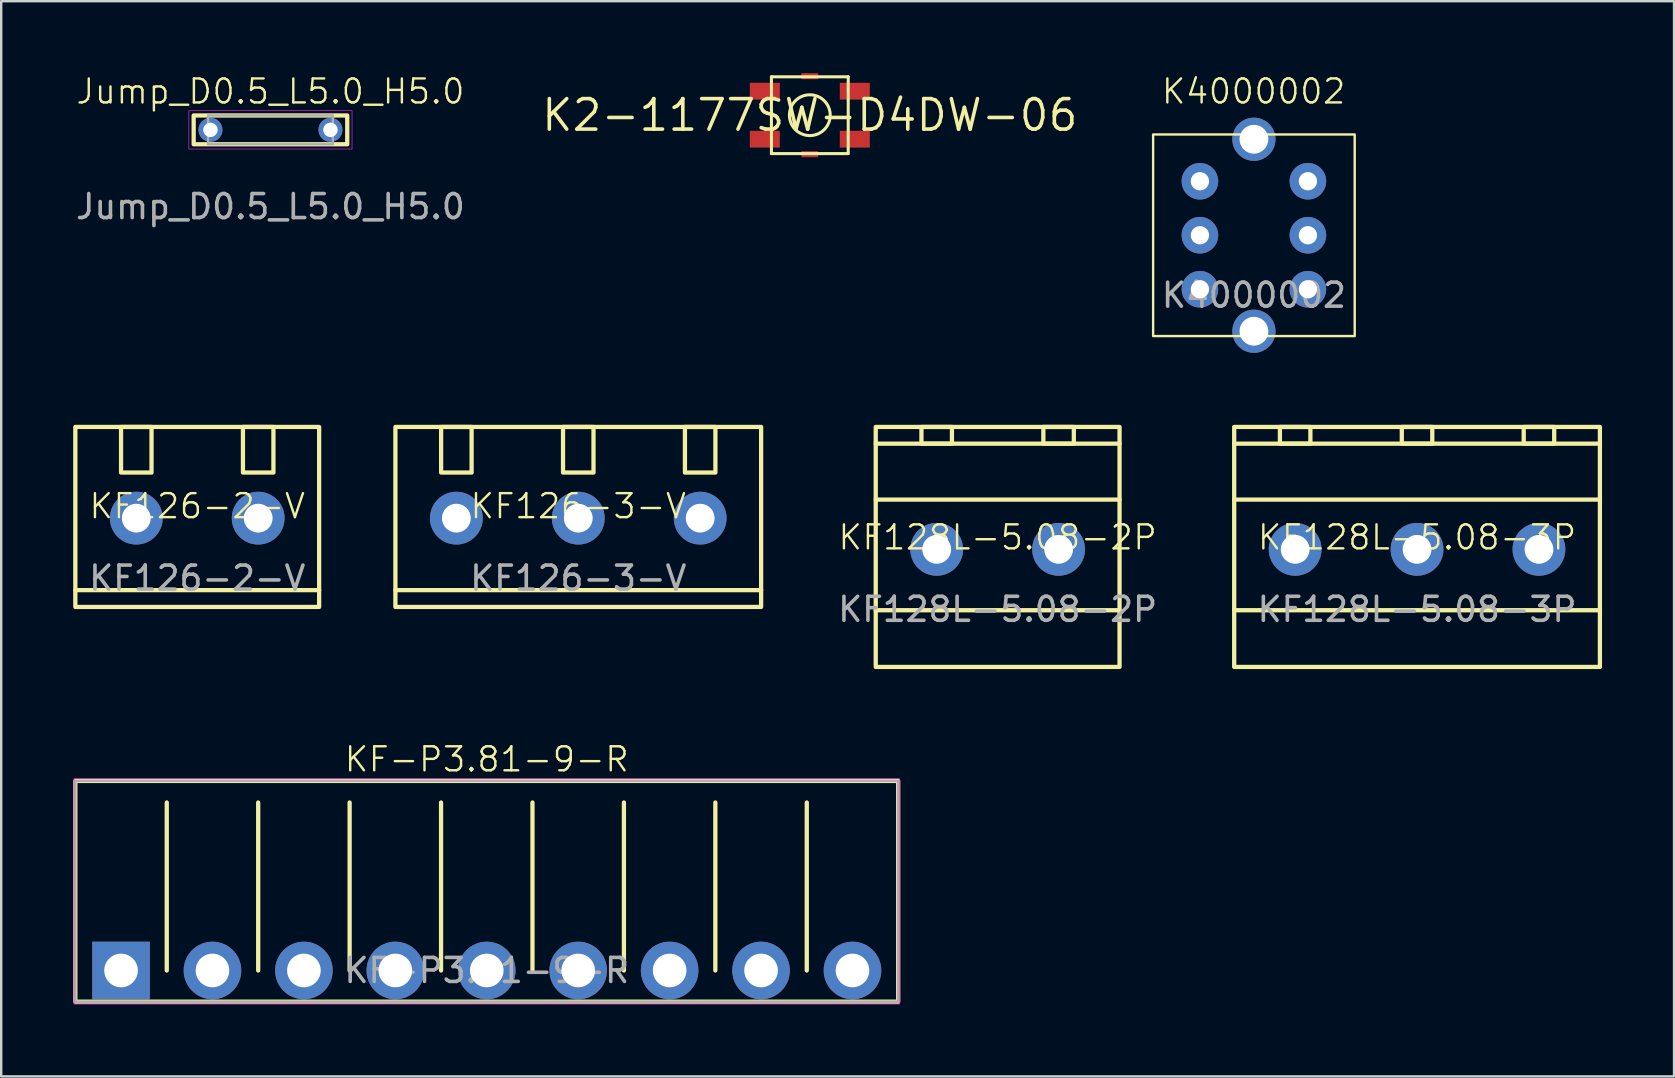
<source format=kicad_pcb>
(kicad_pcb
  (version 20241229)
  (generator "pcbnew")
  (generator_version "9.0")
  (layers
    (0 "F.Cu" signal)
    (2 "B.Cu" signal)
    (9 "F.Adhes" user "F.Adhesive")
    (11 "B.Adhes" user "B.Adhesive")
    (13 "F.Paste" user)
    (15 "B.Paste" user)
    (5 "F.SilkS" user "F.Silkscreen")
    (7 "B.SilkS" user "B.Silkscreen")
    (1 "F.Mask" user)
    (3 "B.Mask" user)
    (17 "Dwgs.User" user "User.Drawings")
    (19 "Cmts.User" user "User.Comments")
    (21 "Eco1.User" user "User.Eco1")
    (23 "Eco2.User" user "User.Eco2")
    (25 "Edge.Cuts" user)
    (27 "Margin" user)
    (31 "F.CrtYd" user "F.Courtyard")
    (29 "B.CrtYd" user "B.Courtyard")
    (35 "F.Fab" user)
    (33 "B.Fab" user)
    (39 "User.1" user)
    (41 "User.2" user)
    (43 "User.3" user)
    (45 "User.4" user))
  (footprint "K2-1177SW-D4DW-06"
    (layer "F.Cu")
    (at 30.696 1.75)
    (property "Reference" "K2-1177SW-D4DW-06" (at 0 0 0) (unlocked yes) (layer "F.SilkS") (effects (font (size 1.27 1.27) (thickness 0.15))))
    (attr smd)
    (fp_line (start -1.6 1.6) (end -1.6 -1.6) (stroke (width 0.127) (type solid)) (layer "F.SilkS"))
    (fp_line (start 1.6 -1.6) (end -1.6 -1.6) (stroke (width 0.127) (type solid)) (layer "F.SilkS"))
    (fp_line (start 1.6 -1.6) (end 1.6 1.6) (stroke (width 0.127) (type solid)) (layer "F.SilkS"))
    (fp_line (start 1.6 1.6) (end -1.6 1.6) (stroke (width 0.127) (type solid)) (layer "F.SilkS"))
    (fp_circle (center 0 0) (end 0.85 0) (stroke (width 0.127) (type solid)) (fill no) (layer "F.SilkS"))
    (pad "1" smd rect (at -1.875 -1) (size 1.25 0.7) (layers "F.Cu" "F.Mask" "F.Paste"))
    (pad "2" smd rect (at -1.875 1) (size 1.25 0.7) (layers "F.Cu" "F.Mask" "F.Paste"))
    (pad "3" smd rect (at 1.875 -1) (size 1.25 0.7) (layers "F.Cu" "F.Mask" "F.Paste"))
    (pad "4" smd rect (at 1.875 1) (size 1.25 0.7) (layers "F.Cu" "F.Mask" "F.Paste"))
    (pad "M1" smd rect (at 0 -1.625) (size 0.7 0.25) (layers "F.Cu" "F.Mask" "F.Paste"))
    (pad "M2" smd rect (at 0 1.625) (size 0.7 0.25) (layers "F.Cu" "F.Mask" "F.Paste")))
  (footprint "Jump_D0.5_L5.0_H5.0"
    (layer "F.Cu")
    (at 8.22 2.361)
    (property "Reference" "Jump_D0.5_L5.0_H5.0" (at 0 -1.6 0) (unlocked yes) (layer "F.SilkS") (effects (font (size 1 1) (thickness 0.1))))
    (attr through_hole)
    (fp_rect (start -3.2 -0.6) (end 3.2 0.6) (stroke (width 0.178) (type default)) (fill no) (layer "F.SilkS"))
    (fp_rect (start -3.4 -0.8) (end 3.4 0.8) (stroke (width 0.025) (type default)) (fill no) (layer "F.CrtYd"))
    (fp_rect (start -2.6 -0.6) (end 2.6 0.6) (stroke (width 0.1) (type default)) (fill no) (layer "F.Fab"))
    (fp_text user "${REFERENCE}" (at 0 3.2 0) (unlocked yes) (layer "F.Fab") (effects (font (size 1 1) (thickness 0.15))))
    (pad "1" thru_hole circle (at -2.5 0) (size 1 1) (drill 0.6) (layers "*.Cu" "*.Mask"))
    (pad "2" thru_hole circle (at 2.5 0) (size 1 1) (drill 0.6) (layers "*.Cu" "*.Mask")))
  (footprint "KF128L-5.08-3P"
    (layer "F.Cu")
    (at 56 19.842)
    (property "Reference" "KF128L-5.08-3P" (at 0 -0.5 0) (unlocked yes) (layer "F.SilkS") (effects (font (size 1 1) (thickness 0.1))))
    (attr through_hole)
    (fp_line (start -7.62 -4.405) (end 7.62 -4.405) (stroke (width 0.178) (type solid)) (layer "F.SilkS"))
    (fp_line (start -7.62 -2.073) (end 7.62 -2.073) (stroke (width 0.178) (type solid)) (layer "F.SilkS"))
    (fp_line (start -7.62 2.537) (end 7.62 2.537) (stroke (width 0.178) (type solid)) (layer "F.SilkS"))
    (fp_rect (start -7.62 -5.1) (end 7.62 4.9) (stroke (width 0.178) (type solid)) (fill no) (layer "F.SilkS"))
    (fp_rect (start -5.715 -5.1) (end -4.445 -4.405) (stroke (width 0.178) (type solid)) (fill no) (layer "F.SilkS"))
    (fp_rect (start -0.635 -5.1) (end 0.635 -4.405) (stroke (width 0.178) (type solid)) (fill no) (layer "F.SilkS"))
    (fp_rect (start 4.445 -5.1) (end 5.715 -4.405) (stroke (width 0.178) (type solid)) (fill no) (layer "F.SilkS"))
    (fp_text user "${REFERENCE}" (at 0 2.5 0) (unlocked yes) (layer "F.Fab") (effects (font (size 1 1) (thickness 0.15))))
    (pad "1" thru_hole circle (at -5.08 0) (size 2.2 2.2) (drill 1.2) (layers "*.Cu" "*.Mask"))
    (pad "2" thru_hole circle (at 0 0) (size 2.2 2.2) (drill 1.2) (layers "*.Cu" "*.Mask"))
    (pad "3" thru_hole circle (at 5.08 0) (size 2.2 2.2) (drill 1.2) (layers "*.Cu" "*.Mask")))
  (footprint "KF128L-5.08-2P"
    (layer "F.Cu")
    (at 38.523 19.842)
    (property "Reference" "KF128L-5.08-2P" (at 0 -0.5 0) (unlocked yes) (layer "F.SilkS") (effects (font (size 1 1) (thickness 0.1))))
    (attr through_hole)
    (fp_line (start -5.08 -4.405) (end 5.08 -4.405) (stroke (width 0.178) (type solid)) (layer "F.SilkS"))
    (fp_line (start -5.08 -2.073) (end 5.08 -2.073) (stroke (width 0.178) (type solid)) (layer "F.SilkS"))
    (fp_line (start -5.08 2.537) (end 5.08 2.537) (stroke (width 0.178) (type solid)) (layer "F.SilkS"))
    (fp_rect (start -5.08 -5.1) (end 5.08 4.9) (stroke (width 0.178) (type solid)) (fill no) (layer "F.SilkS"))
    (fp_rect (start -3.175 -5.1) (end -1.905 -4.405) (stroke (width 0.178) (type solid)) (fill no) (layer "F.SilkS"))
    (fp_rect (start 1.905 -5.1) (end 3.175 -4.405) (stroke (width 0.178) (type solid)) (fill no) (layer "F.SilkS"))
    (fp_text user "${REFERENCE}" (at 0 2.5 0) (unlocked yes) (layer "F.Fab") (effects (font (size 1 1) (thickness 0.15))))
    (pad "1" thru_hole circle (at -2.54 0) (size 2.2 2.2) (drill 1.2) (layers "*.Cu" "*.Mask"))
    (pad "2" thru_hole circle (at 2.54 0) (size 2.2 2.2) (drill 1.2) (layers "*.Cu" "*.Mask")))
  (footprint "K4000002"
    (layer "F.Cu")
    (at 49.202 6.753)
    (property "Reference" "K4000002" (at -0.013 -5.993 0) (unlocked yes) (layer "F.SilkS") (effects (font (size 1 1) (thickness 0.1))))
    (attr through_hole)
    (fp_rect (start -4.2 -4.2) (end 4.2 4.2) (stroke (width 0.1) (type default)) (fill no) (layer "F.SilkS"))
    (fp_text user "${REFERENCE}" (at 0 2.5 0) (unlocked yes) (layer "F.Fab") (effects (font (size 1 1) (thickness 0.15))))
    (pad "1" thru_hole circle (at 2.25 2.25) (size 1.524 1.524) (drill 0.762) (layers "*.Cu" "*.Mask"))
    (pad "2" thru_hole circle (at -2.25 0) (size 1.524 1.524) (drill 0.762) (layers "*.Cu" "*.Mask"))
    (pad "2" thru_hole circle (at 2.25 0) (size 1.524 1.524) (drill 0.762) (layers "*.Cu" "*.Mask"))
    (pad "3" thru_hole circle (at 2.25 -2.25) (size 1.524 1.524) (drill 0.762) (layers "*.Cu" "*.Mask"))
    (pad "4" thru_hole circle (at -2.25 -2.25) (size 1.524 1.524) (drill 0.762) (layers "*.Cu" "*.Mask"))
    (pad "5" thru_hole circle (at -2.25 2.25) (size 1.524 1.524) (drill 0.762) (layers "*.Cu" "*.Mask"))
    (pad "6" thru_hole circle (at 0 4) (size 1.8 1.8) (drill 1.2) (layers "*.Cu" "*.Mask"))
    (pad "7" thru_hole circle (at 0 -4) (size 1.8 1.8) (drill 1.2) (layers "*.Cu" "*.Mask")))
  (footprint "KF-P3.81-9-R"
    (layer "F.Cu")
    (at 17.234 37.391)
    (property "Reference" "KF-P3.81-9-R" (at 0 -8.8 0) (unlocked yes) (layer "F.SilkS") (effects (font (size 1 1) (thickness 0.1))))
    (attr through_hole)
    (fp_line (start -13.335 -7) (end -13.335 0) (stroke (width 0.178) (type default)) (layer "F.SilkS"))
    (fp_line (start -9.525 -7) (end -9.525 0) (stroke (width 0.178) (type default)) (layer "F.SilkS"))
    (fp_line (start -5.715 -7) (end -5.715 0) (stroke (width 0.178) (type default)) (layer "F.SilkS"))
    (fp_line (start -1.905 -7) (end -1.905 0) (stroke (width 0.178) (type default)) (layer "F.SilkS"))
    (fp_line (start 1.905 -7) (end 1.905 0) (stroke (width 0.178) (type default)) (layer "F.SilkS"))
    (fp_line (start 5.715 -7) (end 5.715 0) (stroke (width 0.178) (type default)) (layer "F.SilkS"))
    (fp_line (start 9.525 -7) (end 9.525 0) (stroke (width 0.178) (type default)) (layer "F.SilkS"))
    (fp_line (start 13.335 -7) (end 13.335 0) (stroke (width 0.178) (type default)) (layer "F.SilkS"))
    (fp_rect (start -17.145 -7.9) (end 17.145 1.3) (stroke (width 0.178) (type default)) (fill no) (layer "F.SilkS"))
    (fp_rect (start -17.2 -8) (end 17.2 1.4) (stroke (width 0.025) (type default)) (fill no) (layer "F.CrtYd"))
    (fp_rect (start -17.145 -7.9) (end 17.145 1.3) (stroke (width 0.1) (type default)) (fill no) (layer "F.Fab"))
    (fp_text user "${REFERENCE}" (at 0 0 0) (unlocked yes) (layer "F.Fab") (effects (font (size 1 1) (thickness 0.15))))
    (pad "1" thru_hole rect (at -15.24 0) (size 2.4 2.4) (drill 1.4) (layers "*.Cu" "*.Mask"))
    (pad "2" thru_hole circle (at -11.43 0) (size 2.4 2.4) (drill 1.4) (layers "*.Cu" "*.Mask"))
    (pad "3" thru_hole circle (at -7.62 0) (size 2.4 2.4) (drill 1.4) (layers "*.Cu" "*.Mask"))
    (pad "4" thru_hole circle (at -3.81 0) (size 2.4 2.4) (drill 1.4) (layers "*.Cu" "*.Mask"))
    (pad "5" thru_hole circle (at 0 0) (size 2.4 2.4) (drill 1.4) (layers "*.Cu" "*.Mask"))
    (pad "6" thru_hole circle (at 3.81 0) (size 2.4 2.4) (drill 1.4) (layers "*.Cu" "*.Mask"))
    (pad "7" thru_hole circle (at 7.62 0) (size 2.4 2.4) (drill 1.4) (layers "*.Cu" "*.Mask"))
    (pad "8" thru_hole circle (at 11.43 0) (size 2.4 2.4) (drill 1.4) (layers "*.Cu" "*.Mask"))
    (pad "9" thru_hole circle (at 15.24 0) (size 2.4 2.4) (drill 1.4) (layers "*.Cu" "*.Mask")))
  (footprint "KF126-3-V"
    (layer "F.Cu")
    (at 21.047 18.542)
    (property "Reference" "KF126-3-V" (at 0 -0.5 0) (unlocked yes) (layer "F.SilkS") (effects (font (size 1 1) (thickness 0.1))))
    (attr through_hole)
    (fp_line (start -7.62 3) (end 7.62 3) (stroke (width 0.178) (type solid)) (layer "F.SilkS"))
    (fp_rect (start -7.62 -3.8) (end 7.62 3.7) (stroke (width 0.178) (type solid)) (fill no) (layer "F.SilkS"))
    (fp_rect (start -5.715 -3.8) (end -4.445 -1.9) (stroke (width 0.178) (type solid)) (fill no) (layer "F.SilkS"))
    (fp_rect (start -0.635 -3.8) (end 0.635 -1.9) (stroke (width 0.178) (type solid)) (fill no) (layer "F.SilkS"))
    (fp_rect (start 4.445 -3.8) (end 5.715 -1.9) (stroke (width 0.178) (type solid)) (fill no) (layer "F.SilkS"))
    (fp_text user "${REFERENCE}" (at 0 2.5 0) (unlocked yes) (layer "F.Fab") (effects (font (size 1 1) (thickness 0.15))))
    (pad "1" thru_hole circle (at -5.08 0) (size 2.2 2.2) (drill 1.2) (layers "*.Cu" "*.Mask"))
    (pad "2" thru_hole circle (at 0 0) (size 2.2 2.2) (drill 1.2) (layers "*.Cu" "*.Mask"))
    (pad "3" thru_hole circle (at 5.08 0) (size 2.2 2.2) (drill 1.2) (layers "*.Cu" "*.Mask")))
  (footprint "KF126-2-V"
    (layer "F.Cu")
    (at 5.169 18.542)
    (property "Reference" "KF126-2-V" (at 0 -0.5 0) (unlocked yes) (layer "F.SilkS") (effects (font (size 1 1) (thickness 0.1))))
    (attr through_hole)
    (fp_line (start -5.08 3) (end 5.08 3) (stroke (width 0.178) (type solid)) (layer "F.SilkS"))
    (fp_rect (start -5.08 -3.8) (end 5.08 3.7) (stroke (width 0.178) (type solid)) (fill no) (layer "F.SilkS"))
    (fp_rect (start -3.175 -3.8) (end -1.905 -1.9) (stroke (width 0.178) (type solid)) (fill no) (layer "F.SilkS"))
    (fp_rect (start 1.905 -3.8) (end 3.175 -1.9) (stroke (width 0.178) (type solid)) (fill no) (layer "F.SilkS"))
    (fp_text user "${REFERENCE}" (at 0 2.5 0) (unlocked yes) (layer "F.Fab") (effects (font (size 1 1) (thickness 0.15))))
    (pad "1" thru_hole circle (at -2.54 0) (size 2.2 2.2) (drill 1.2) (layers "*.Cu" "*.Mask"))
    (pad "2" thru_hole circle (at 2.54 0) (size 2.2 2.2) (drill 1.2) (layers "*.Cu" "*.Mask")))
  (gr_rect
    (start -3 -3)
    (end 66.709 41.804)
    (stroke (width 0.1) (type default))
    (fill no)
    (layer "Edge.Cuts")))
</source>
